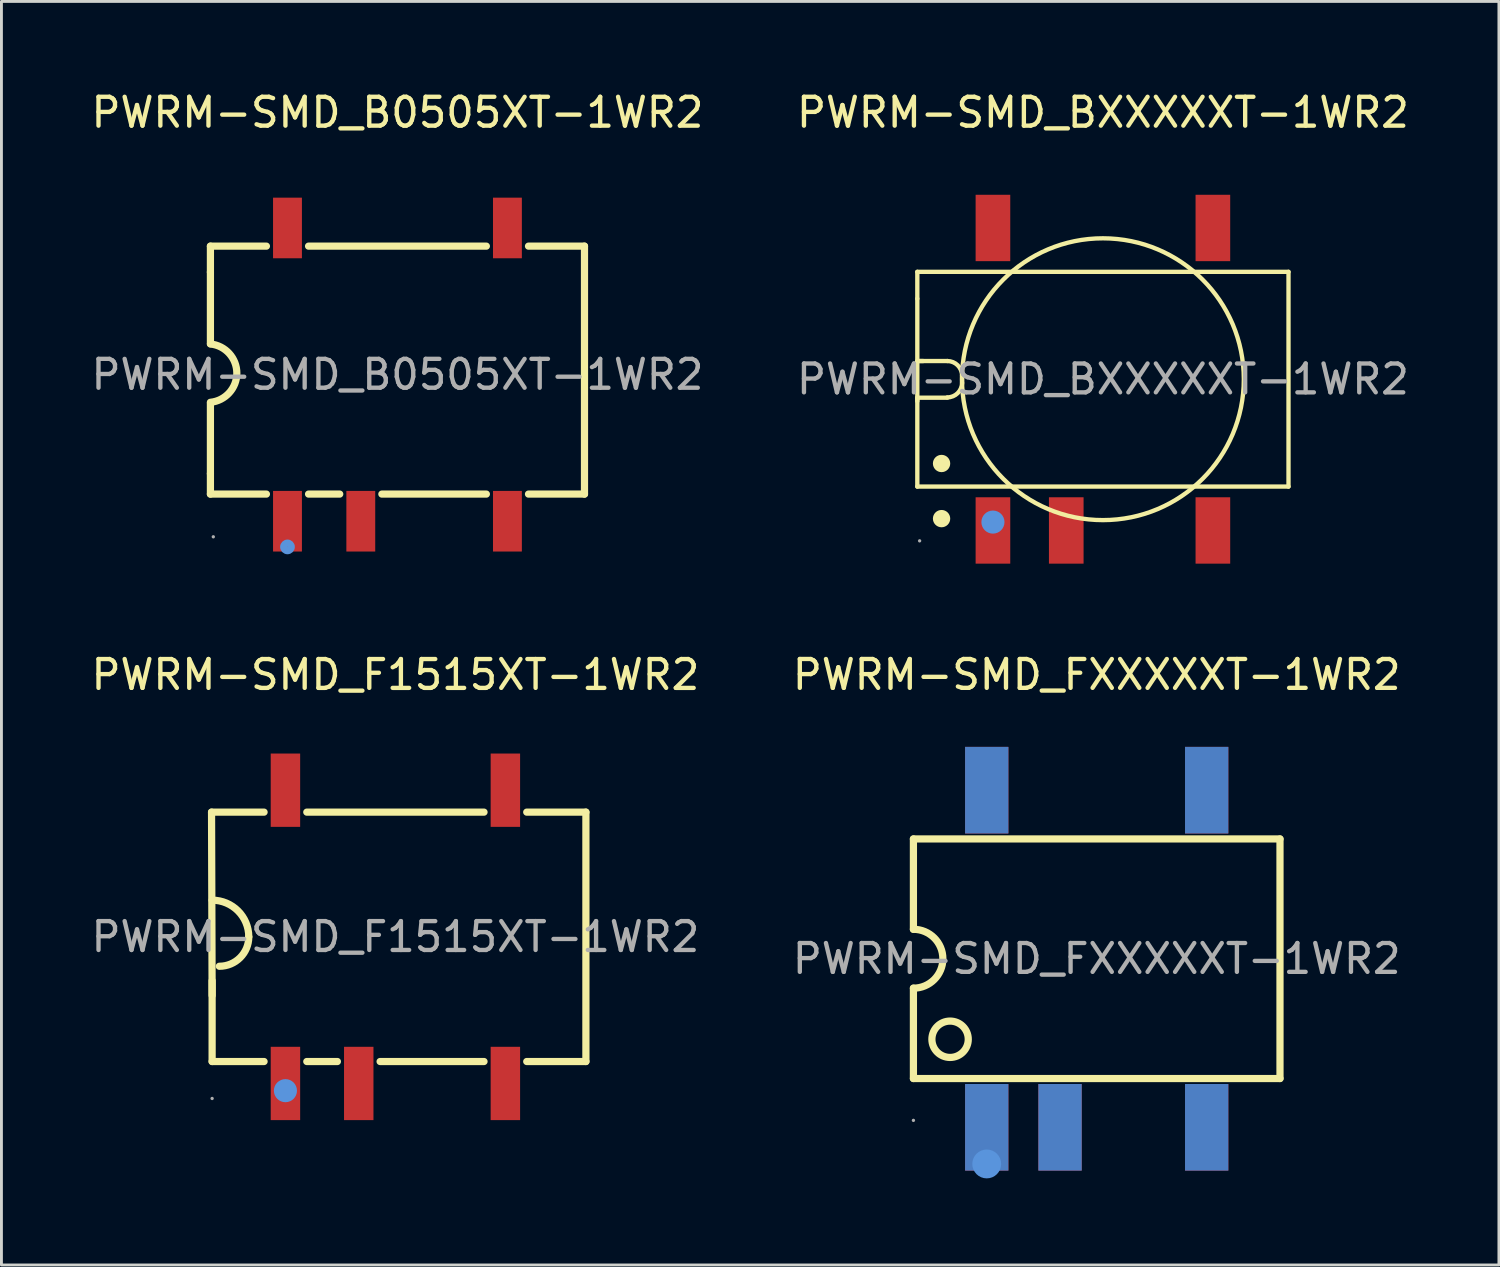
<source format=kicad_pcb>
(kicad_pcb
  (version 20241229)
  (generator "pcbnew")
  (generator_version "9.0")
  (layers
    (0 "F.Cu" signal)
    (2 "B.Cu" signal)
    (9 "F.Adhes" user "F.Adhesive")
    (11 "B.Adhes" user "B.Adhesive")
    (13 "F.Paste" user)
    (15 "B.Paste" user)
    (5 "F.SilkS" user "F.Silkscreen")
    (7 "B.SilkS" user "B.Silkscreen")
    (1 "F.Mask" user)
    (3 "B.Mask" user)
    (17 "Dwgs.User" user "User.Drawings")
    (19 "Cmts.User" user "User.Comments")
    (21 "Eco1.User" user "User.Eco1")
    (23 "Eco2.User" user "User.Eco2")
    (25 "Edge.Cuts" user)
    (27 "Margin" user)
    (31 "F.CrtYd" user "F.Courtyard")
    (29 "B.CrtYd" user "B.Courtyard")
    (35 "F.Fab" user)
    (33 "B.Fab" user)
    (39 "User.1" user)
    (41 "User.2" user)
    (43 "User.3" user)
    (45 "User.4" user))
  (footprint "PWRM-SMD_BXXXXXT-1WR2"
    (layer "F.Cu")
    (at 35.161 10.088)
    (property "Reference" "PWRM-SMD_BXXXXXT-1WR2" (at 0 -9.24 0) (layer "F.SilkS") (effects (font (size 1 1) (thickness 0.15))))
    (attr through_hole)
    (fp_line (start -6.43 -3.72) (end 6.43 -3.72) (stroke (width 0.15) (type solid)) (layer "F.SilkS"))
    (fp_line (start -6.43 -2.79) (end -6.43 -3.72) (stroke (width 0.15) (type solid)) (layer "F.SilkS"))
    (fp_line (start -6.43 -2.79) (end -6.43 -0.63) (stroke (width 0.15) (type solid)) (layer "F.SilkS"))
    (fp_line (start -6.43 -0.63) (end -6.43 0.76) (stroke (width 0.15) (type solid)) (layer "F.SilkS"))
    (fp_line (start -6.43 -0.63) (end -6.23 -0.63) (stroke (width 0.15) (type solid)) (layer "F.SilkS"))
    (fp_line (start -6.43 0.64) (end -6.43 3.72) (stroke (width 0.15) (type solid)) (layer "F.SilkS"))
    (fp_line (start -6.35 -0.63) (end -5.39 -0.63) (stroke (width 0.15) (type solid)) (layer "F.SilkS"))
    (fp_line (start -5.39 0.64) (end -6.43 0.64) (stroke (width 0.15) (type solid)) (layer "F.SilkS"))
    (fp_line (start -4.88 -0.13) (end -4.88 0.13) (stroke (width 0.15) (type solid)) (layer "F.SilkS"))
    (fp_line (start 6.43 -3.72) (end 6.43 3.72) (stroke (width 0.15) (type solid)) (layer "F.SilkS"))
    (fp_line (start 6.43 3.72) (end -6.43 3.72) (stroke (width 0.15) (type solid)) (layer "F.SilkS"))
    (fp_arc (start -5.390118 -0.630098) (mid -5.032901 -0.484253) (end -4.88 -0.13) (stroke (width 0.15) (type solid)) (layer "F.SilkS"))
    (fp_arc (start -5.39 0.64) (mid 5.39 -0.64) (end -5.39 0.64) (stroke (width 0.15) (type solid)) (layer "F.SilkS"))
    (fp_arc (start -4.880096 0.12988) (mid -5.032886 0.484101) (end -5.39 0.63) (stroke (width 0.15) (type solid)) (layer "F.SilkS"))
    (fp_arc (start -4.88 -0.13) (mid 4.88 0.13) (end -4.88 -0.13) (stroke (width 0.15) (type solid)) (layer "F.SilkS"))
    (fp_circle (center -5.59 2.92) (end -5.44 2.92) (stroke (width 0.3) (type solid)) (fill no) (layer "F.SilkS"))
    (fp_circle (center -5.59 4.83) (end -5.44 4.83) (stroke (width 0.3) (type solid)) (fill no) (layer "F.SilkS"))
    (fp_circle (center -3.81 4.95) (end -3.61 4.95) (stroke (width 0.4) (type solid)) (fill no) (layer "Cmts.User"))
    (fp_circle (center -6.35 5.6) (end -6.32 5.6) (stroke (width 0.06) (type solid)) (fill no) (layer "F.Fab"))
    (fp_text user "${REFERENCE}" (at 0 0 0) (layer "F.Fab") (effects (font (size 1 1) (thickness 0.15))))
    (pad "1" smd rect (at -3.81 5.24) (size 1.2 2.3) (layers "F.Cu" "F.Mask" "F.Paste"))
    (pad "2" smd rect (at -1.27 5.24) (size 1.2 2.3) (layers "F.Cu" "F.Mask" "F.Paste"))
    (pad "4" smd rect (at 3.81 5.24) (size 1.2 2.3) (layers "F.Cu" "F.Mask" "F.Paste"))
    (pad "5" smd rect (at 3.81 -5.24) (size 1.2 2.3) (layers "F.Cu" "F.Mask" "F.Paste"))
    (pad "8" smd rect (at -3.81 -5.24) (size 1.2 2.3) (layers "F.Cu" "F.Mask" "F.Paste")))
  (footprint "PWRM-SMD_F1515XT-1WR2"
    (layer "F.Cu")
    (at 10.649 29.407)
    (property "Reference" "PWRM-SMD_F1515XT-1WR2" (at 0 -9.08 0) (layer "F.SilkS") (effects (font (size 1 1) (thickness 0.15))))
    (attr through_hole)
    (fp_line (start -6.37 -4.32) (end -6.35 2.03) (stroke (width 0.25) (type solid)) (layer "F.SilkS"))
    (fp_line (start -6.35 1.52) (end -6.35 4.32) (stroke (width 0.25) (type solid)) (layer "F.SilkS"))
    (fp_line (start -6.35 4.32) (end -4.55 4.32) (stroke (width 0.25) (type solid)) (layer "F.SilkS"))
    (fp_line (start -4.55 -4.32) (end -6.37 -4.32) (stroke (width 0.25) (type solid)) (layer "F.SilkS"))
    (fp_line (start -3.07 4.32) (end -2.01 4.32) (stroke (width 0.25) (type solid)) (layer "F.SilkS"))
    (fp_line (start -0.53 4.32) (end 3.07 4.32) (stroke (width 0.25) (type solid)) (layer "F.SilkS"))
    (fp_line (start 3.07 -4.32) (end -3.07 -4.32) (stroke (width 0.25) (type solid)) (layer "F.SilkS"))
    (fp_line (start 4.55 4.32) (end 6.6 4.32) (stroke (width 0.25) (type solid)) (layer "F.SilkS"))
    (fp_line (start 6.6 -4.32) (end 4.55 -4.32) (stroke (width 0.25) (type solid)) (layer "F.SilkS"))
    (fp_line (start 6.6 4.32) (end 6.6 -4.32) (stroke (width 0.25) (type solid)) (layer "F.SilkS"))
    (fp_arc (start -6.35 -1.27) (mid -5.451974 -0.898026) (end -5.08 0) (stroke (width 0.25) (type solid)) (layer "F.SilkS"))
    (fp_arc (start -5.08 0) (mid -5.378751 0.721249) (end -6.1 1.02) (stroke (width 0.25) (type solid)) (layer "F.SilkS"))
    (fp_circle (center -3.81 5.33) (end -3.61 5.33) (stroke (width 0.4) (type solid)) (fill no) (layer "Cmts.User"))
    (fp_circle (center -6.35 5.6) (end -6.32 5.6) (stroke (width 0.06) (type solid)) (fill no) (layer "F.Fab"))
    (fp_text user "${REFERENCE}" (at 0 0 0) (layer "F.Fab") (effects (font (size 1 1) (thickness 0.15))))
    (pad "1" smd rect (at -3.81 5.08) (size 1.02 2.54) (layers "F.Cu" "F.Mask" "F.Paste"))
    (pad "2" smd rect (at -1.27 5.08) (size 1.02 2.54) (layers "F.Cu" "F.Mask" "F.Paste"))
    (pad "4" smd rect (at 3.81 5.08) (size 1.02 2.54) (layers "F.Cu" "F.Mask" "F.Paste"))
    (pad "5" smd rect (at 3.81 -5.08) (size 1.02 2.54) (layers "F.Cu" "F.Mask" "F.Paste"))
    (pad "8" smd rect (at -3.81 -5.08) (size 1.02 2.54) (layers "F.Cu" "F.Mask" "F.Paste")))
  (footprint "PWRM-SMD_B0505XT-1WR2"
    (layer "F.Cu")
    (at 10.72 9.928)
    (property "Reference" "PWRM-SMD_B0505XT-1WR2" (at 0 -9.08 0) (layer "F.SilkS") (effects (font (size 1 1) (thickness 0.15))))
    (attr through_hole)
    (fp_line (start -6.48 -4.45) (end -6.48 -3.55) (stroke (width 0.25) (type solid)) (layer "F.SilkS"))
    (fp_line (start -6.48 -3.55) (end -6.48 -1.07) (stroke (width 0.25) (type solid)) (layer "F.SilkS"))
    (fp_line (start -6.48 3.43) (end -6.48 0.99) (stroke (width 0.25) (type solid)) (layer "F.SilkS"))
    (fp_line (start -6.48 3.43) (end -6.48 4.14) (stroke (width 0.25) (type solid)) (layer "F.SilkS"))
    (fp_line (start -6.48 4.14) (end -4.54 4.14) (stroke (width 0.25) (type solid)) (layer "F.SilkS"))
    (fp_line (start -4.54 -4.45) (end -6.48 -4.45) (stroke (width 0.25) (type solid)) (layer "F.SilkS"))
    (fp_line (start -3.08 4.14) (end -2 4.14) (stroke (width 0.25) (type solid)) (layer "F.SilkS"))
    (fp_line (start -0.54 4.14) (end 3.08 4.14) (stroke (width 0.25) (type solid)) (layer "F.SilkS"))
    (fp_line (start 3.08 -4.45) (end -3.08 -4.45) (stroke (width 0.25) (type solid)) (layer "F.SilkS"))
    (fp_line (start 4.54 4.14) (end 6.48 4.14) (stroke (width 0.25) (type solid)) (layer "F.SilkS"))
    (fp_line (start 6.48 -4.45) (end 4.54 -4.45) (stroke (width 0.25) (type solid)) (layer "F.SilkS"))
    (fp_line (start 6.48 4.14) (end 6.48 -4.45) (stroke (width 0.25) (type solid)) (layer "F.SilkS"))
    (fp_arc (start -6.479274 -1.059928) (mid -5.565061 -0.049635) (end -6.48 0.96) (stroke (width 0.25) (type solid)) (layer "F.SilkS"))
    (fp_circle (center -3.81 5.97) (end -3.68 5.97) (stroke (width 0.25) (type solid)) (fill no) (layer "Cmts.User"))
    (fp_circle (center -6.38 5.62) (end -6.35 5.62) (stroke (width 0.06) (type solid)) (fill no) (layer "F.Fab"))
    (fp_text user "${REFERENCE}" (at 0 0 0) (layer "F.Fab") (effects (font (size 1 1) (thickness 0.15))))
    (pad "1" smd rect (at -3.81 5.08) (size 1 2.1) (layers "F.Cu" "F.Mask" "F.Paste"))
    (pad "2" smd rect (at -1.27 5.08) (size 1 2.1) (layers "F.Cu" "F.Mask" "F.Paste"))
    (pad "4" smd rect (at 3.81 5.08) (size 1 2.1) (layers "F.Cu" "F.Mask" "F.Paste"))
    (pad "5" smd rect (at 3.81 -5.08) (size 1 2.1) (layers "F.Cu" "F.Mask" "F.Paste"))
    (pad "8" smd rect (at -3.81 -5.08) (size 1 2.1) (layers "F.Cu" "F.Mask" "F.Paste")))
  (footprint "PWRM-SMD_FXXXXXT-1WR2"
    (layer "F.Cu")
    (at 34.946 30.166)
    (property "Reference" "PWRM-SMD_FXXXXXT-1WR2" (at 0 -9.84 0) (layer "F.SilkS") (effects (font (size 1 1) (thickness 0.15))))
    (attr through_hole)
    (fp_line (start -6.35 -4.15) (end -6.35 -1.02) (stroke (width 0.25) (type solid)) (layer "F.SilkS"))
    (fp_line (start -6.35 -4.15) (end 6.35 -4.15) (stroke (width 0.25) (type solid)) (layer "F.SilkS"))
    (fp_line (start -6.35 1.02) (end -6.35 4.15) (stroke (width 0.25) (type solid)) (layer "F.SilkS"))
    (fp_line (start -6.35 4.15) (end 6.35 4.15) (stroke (width 0.25) (type solid)) (layer "F.SilkS"))
    (fp_line (start 6.35 -4.15) (end 6.35 4.15) (stroke (width 0.25) (type solid)) (layer "F.SilkS"))
    (fp_arc (start -6.35 -1.02) (mid -5.33 0) (end -6.35 1.02) (stroke (width 0.25) (type solid)) (layer "F.SilkS"))
    (fp_circle (center -5.08 2.79) (end -4.45 2.79) (stroke (width 0.25) (type solid)) (fill no) (layer "F.SilkS"))
    (fp_circle (center -3.81 7.11) (end -3.56 7.11) (stroke (width 0.5) (type solid)) (fill no) (layer "Cmts.User"))
    (fp_circle (center -6.35 5.6) (end -6.32 5.6) (stroke (width 0.06) (type solid)) (fill no) (layer "F.Fab"))
    (fp_text user "${REFERENCE}" (at 0 0 0) (layer "F.Fab") (effects (font (size 1 1) (thickness 0.15))))
    (pad "1" thru_hole rect (at -3.81 5.84) (size 1.5 3) (drill 0.000051) (layers "F.Cu" "F.Mask" "F.Paste"))
    (pad "2" thru_hole rect (at -1.27 5.84) (size 1.5 3) (drill 0.000051) (layers "F.Cu" "F.Mask" "F.Paste"))
    (pad "4" thru_hole rect (at 3.81 5.84) (size 1.5 3) (drill 0.000051) (layers "F.Cu" "F.Mask" "F.Paste"))
    (pad "5" thru_hole rect (at 3.81 -5.84) (size 1.5 3) (drill 0.000051) (layers "F.Cu" "F.Mask" "F.Paste"))
    (pad "8" thru_hole rect (at -3.81 -5.84) (size 1.5 3) (drill 0.000051) (layers "F.Cu" "F.Mask" "F.Paste")))
  (gr_rect
    (start -3 -3)
    (end 48.881 40.776)
    (stroke (width 0.1) (type default))
    (fill no)
    (layer "Edge.Cuts")))
</source>
